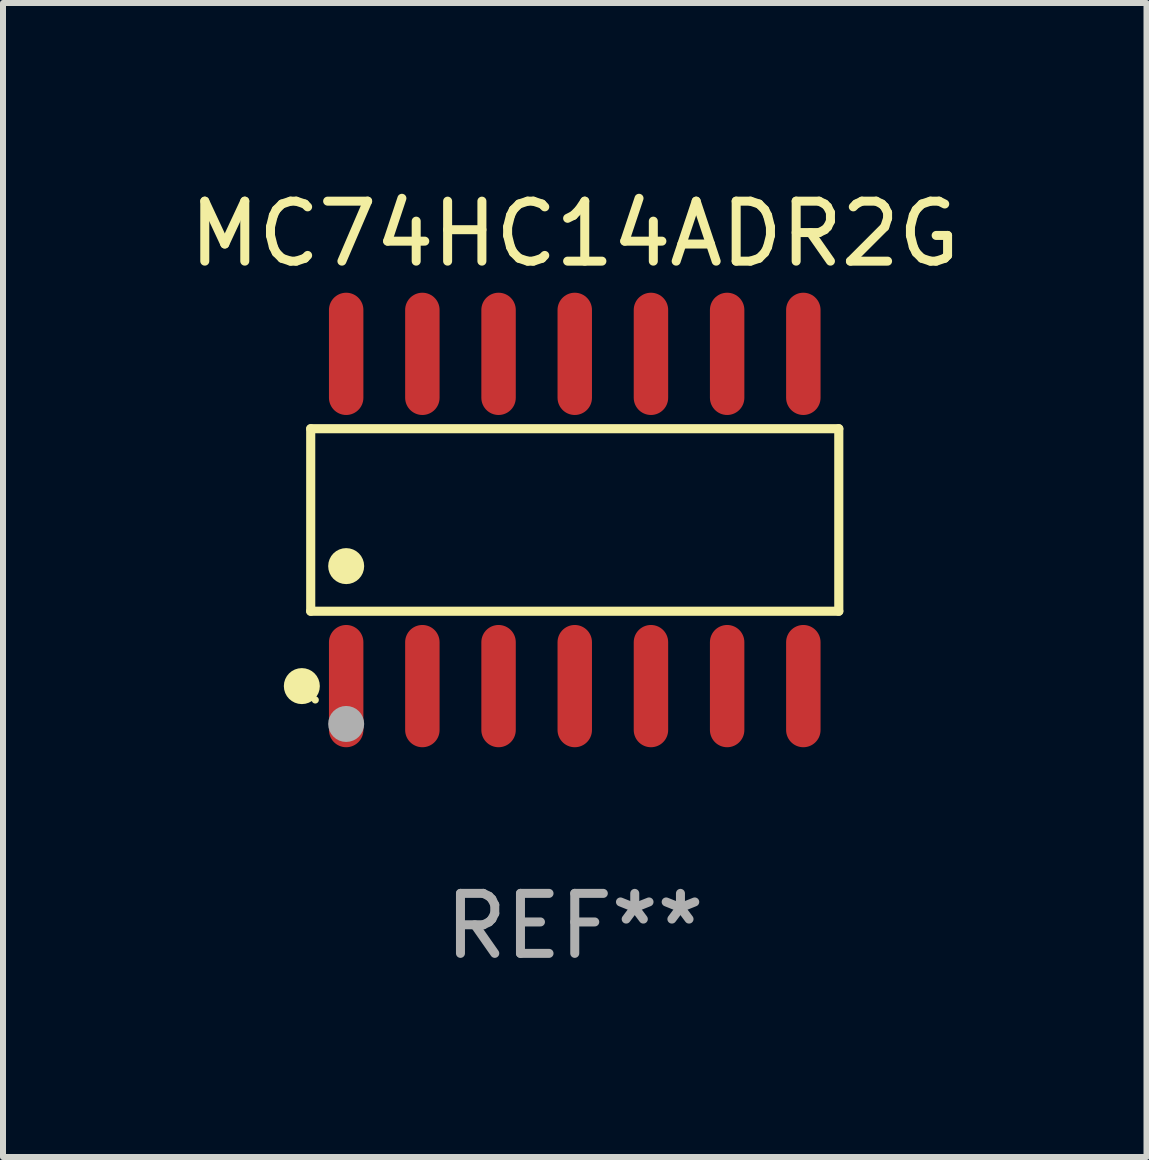
<source format=kicad_pcb>
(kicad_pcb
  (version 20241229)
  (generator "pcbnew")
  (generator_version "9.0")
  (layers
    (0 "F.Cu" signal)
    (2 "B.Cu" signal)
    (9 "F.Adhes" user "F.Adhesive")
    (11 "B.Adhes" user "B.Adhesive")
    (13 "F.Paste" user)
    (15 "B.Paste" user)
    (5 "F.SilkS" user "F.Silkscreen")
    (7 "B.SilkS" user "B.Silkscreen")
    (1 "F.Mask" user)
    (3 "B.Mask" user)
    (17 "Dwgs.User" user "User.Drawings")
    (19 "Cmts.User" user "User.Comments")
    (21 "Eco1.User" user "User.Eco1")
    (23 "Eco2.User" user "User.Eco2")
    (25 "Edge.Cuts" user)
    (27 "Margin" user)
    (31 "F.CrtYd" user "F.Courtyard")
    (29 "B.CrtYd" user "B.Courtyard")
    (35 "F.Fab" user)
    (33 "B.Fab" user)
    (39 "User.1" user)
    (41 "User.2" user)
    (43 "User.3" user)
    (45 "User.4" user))
  (footprint "MC74HC14ADR2G"
    (layer "F.Cu")
    (at 6.53 5.617)
    (property "Reference" "MC74HC14ADR2G" (at 0 -4.769 0) (layer "F.SilkS") (effects (font (size 1 1) (thickness 0.15))))
    (attr through_hole)
    (fp_line (start -4.401 -1.521) (end 4.401 -1.521) (stroke (width 0.152) (type solid)) (layer "F.SilkS"))
    (fp_line (start -4.401 1.521) (end -4.401 -1.521) (stroke (width 0.152) (type solid)) (layer "F.SilkS"))
    (fp_line (start 4.401 -1.521) (end 4.401 1.521) (stroke (width 0.152) (type solid)) (layer "F.SilkS"))
    (fp_line (start 4.401 1.521) (end -4.401 1.521) (stroke (width 0.152) (type solid)) (layer "F.SilkS"))
    (fp_circle (center -4.549 2.769) (end -4.399 2.769) (stroke (width 0.3) (type solid)) (fill no) (layer "F.SilkS"))
    (fp_circle (center -4.325 3) (end -4.295 3) (stroke (width 0.06) (type solid)) (fill no) (layer "F.SilkS"))
    (fp_circle (center -3.81 0.769) (end -3.66 0.769) (stroke (width 0.3) (type solid)) (fill no) (layer "F.SilkS"))
    (fp_circle (center -3.81 3.4) (end -3.66 3.4) (stroke (width 0.3) (type solid)) (fill no) (layer "F.Fab"))
    (fp_text user "REF**" (at 0 6.769 0) (layer "F.Fab") (effects (font (size 1 1) (thickness 0.15))))
    (pad "1" smd oval (at -3.81 2.769) (size 0.574 2.038) (layers "F.Cu" "F.Mask" "F.Paste"))
    (pad "2" smd oval (at -2.54 2.769) (size 0.574 2.038) (layers "F.Cu" "F.Mask" "F.Paste"))
    (pad "3" smd oval (at -1.27 2.769) (size 0.574 2.038) (layers "F.Cu" "F.Mask" "F.Paste"))
    (pad "4" smd oval (at 0 2.769) (size 0.574 2.038) (layers "F.Cu" "F.Mask" "F.Paste"))
    (pad "5" smd oval (at 1.27 2.769) (size 0.574 2.038) (layers "F.Cu" "F.Mask" "F.Paste"))
    (pad "6" smd oval (at 2.54 2.769) (size 0.574 2.038) (layers "F.Cu" "F.Mask" "F.Paste"))
    (pad "7" smd oval (at 3.81 2.769) (size 0.574 2.038) (layers "F.Cu" "F.Mask" "F.Paste"))
    (pad "8" smd oval (at 3.81 -2.769) (size 0.574 2.038) (layers "F.Cu" "F.Mask" "F.Paste"))
    (pad "9" smd oval (at 2.54 -2.769) (size 0.574 2.038) (layers "F.Cu" "F.Mask" "F.Paste"))
    (pad "10" smd oval (at 1.27 -2.769) (size 0.574 2.038) (layers "F.Cu" "F.Mask" "F.Paste"))
    (pad "11" smd oval (at 0 -2.769) (size 0.574 2.038) (layers "F.Cu" "F.Mask" "F.Paste"))
    (pad "12" smd oval (at -1.27 -2.769) (size 0.574 2.038) (layers "F.Cu" "F.Mask" "F.Paste"))
    (pad "13" smd oval (at -2.54 -2.769) (size 0.574 2.038) (layers "F.Cu" "F.Mask" "F.Paste"))
    (pad "14" smd oval (at -3.81 -2.769) (size 0.574 2.038) (layers "F.Cu" "F.Mask" "F.Paste")))
  (gr_rect
    (start -3 -3)
    (end 16.06 16.235)
    (stroke (width 0.1) (type default))
    (fill no)
    (layer "Edge.Cuts")))
</source>
